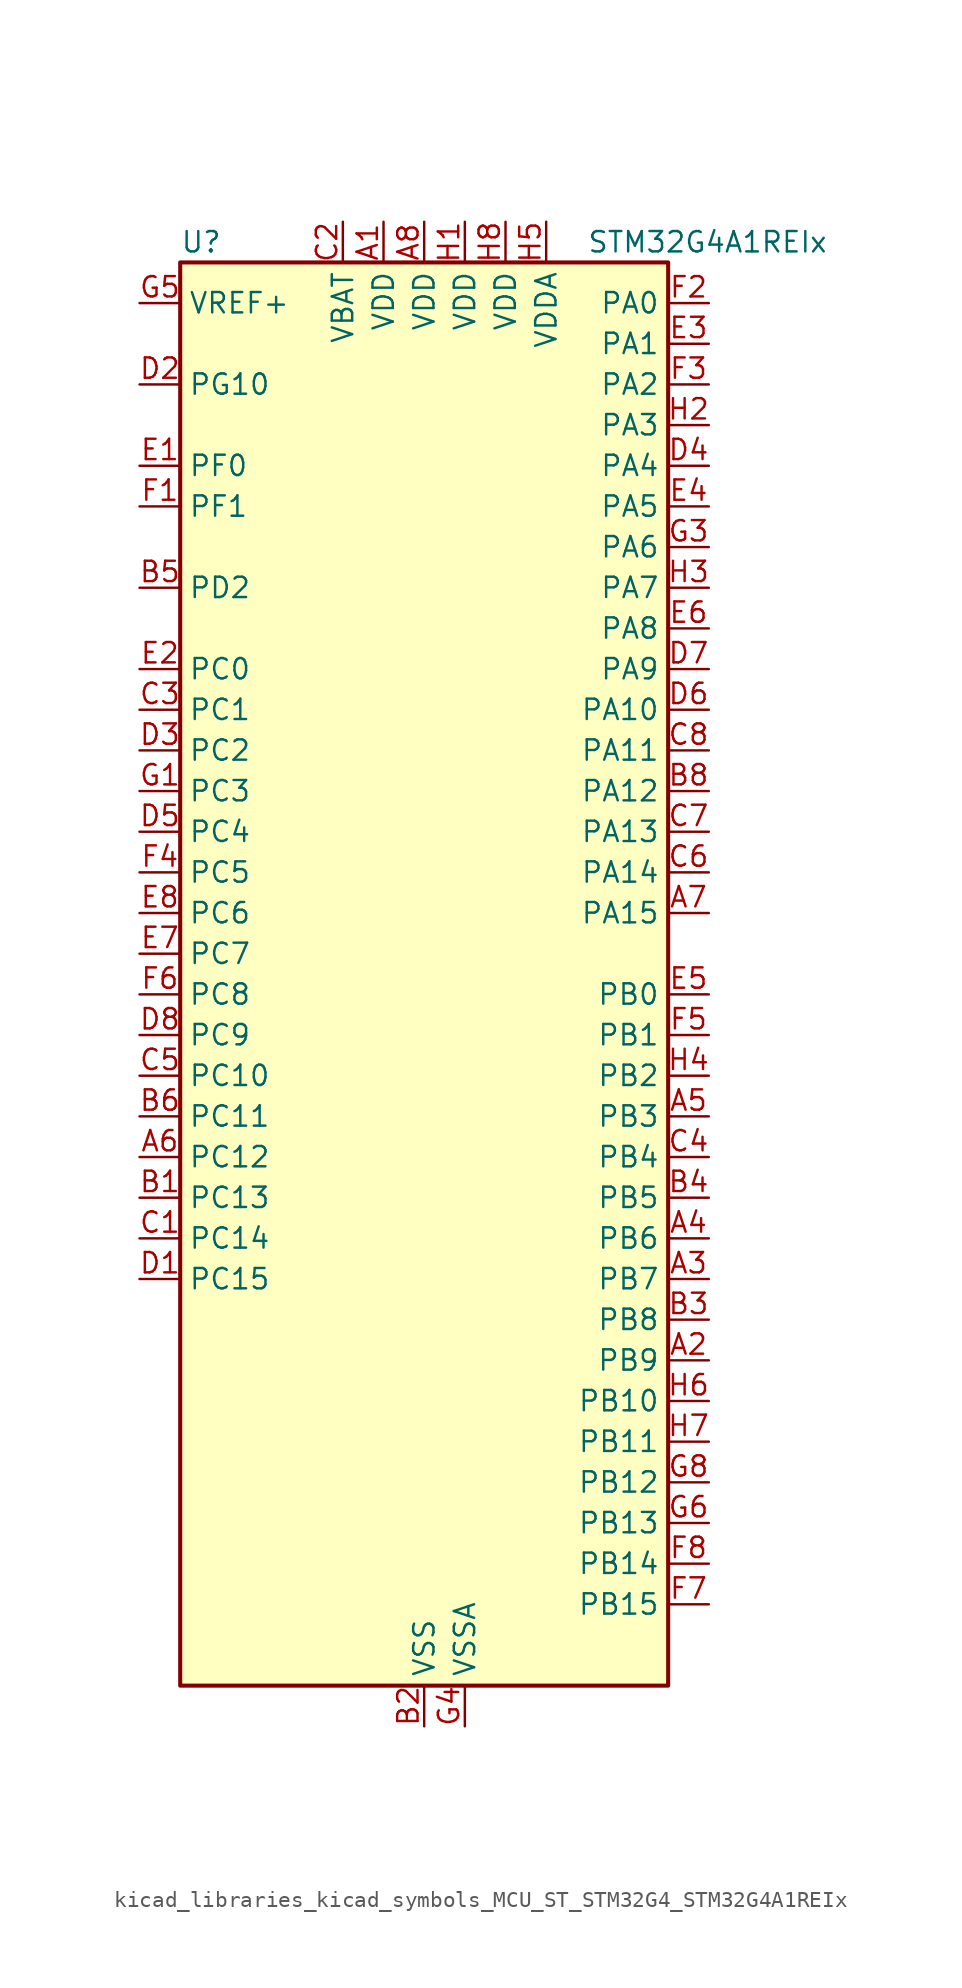
<source format=kicad_sym>
(kicad_symbol_lib
  (version 20220914)
  (generator kicad_symbol_editor)
  (symbol "kicad_libraries_kicad_symbols_MCU_ST_STM32G4_STM32G4A1REIx"
    (property "Reference" "U"
      (at -15.24 46.99 0)
      (effects (font (size 1.27 1.27)) (justify left)))
    (property "Value" "STM32G4A1REIx"
      (at 10.16 46.99 0)
      (effects (font (size 1.27 1.27)) (justify left)))
    (property "ki_locked" ""
      (at 0 0 0)
      (effects (font (size 1.27 1.27))))
    (symbol "kicad_libraries_kicad_symbols_MCU_ST_STM32G4_STM32G4A1REIx_0_1"
      (rectangle (start -15.24 -43.18) (end 15.24 45.72) (stroke (width 0.254) (type default)) (fill (type background))))
    (symbol "kicad_libraries_kicad_symbols_MCU_ST_STM32G4_STM32G4A1REIx_1_1"
      (pin power_in line (at -2.54 48.26 270) (length 2.54) (name "VDD" (effects (font (size 1.27 1.27)))) (number "A1" (effects (font (size 1.27 1.27)))))
      (pin bidirectional line (at 17.78 -22.86 180) (length 2.54) (name "PB9" (effects (font (size 1.27 1.27)))) (number "A2" (effects (font (size 1.27 1.27)))) (alternate "COMP2_OUT" bidirectional line) (alternate "DAC1_EXTI9" bidirectional line) (alternate "DAC3_EXTI9" bidirectional line) (alternate "FDCAN1_TX" bidirectional line) (alternate "I2C1_SDA" bidirectional line) (alternate "IR_OUT" bidirectional line) (alternate "SAI1_D2" bidirectional line) (alternate "SAI1_FS_A" bidirectional line) (alternate "TIM17_CH1" bidirectional line) (alternate "TIM1_CH3N" bidirectional line) (alternate "TIM4_CH4" bidirectional line) (alternate "TIM8_CH3" bidirectional line) (alternate "USART3_TX" bidirectional line))
      (pin bidirectional line (at 17.78 -17.78 180) (length 2.54) (name "PB7" (effects (font (size 1.27 1.27)))) (number "A3" (effects (font (size 1.27 1.27)))) (alternate "COMP3_OUT" bidirectional line) (alternate "I2C1_SDA" bidirectional line) (alternate "LPTIM1_IN2" bidirectional line) (alternate "SYS_PVD_IN" bidirectional line) (alternate "TIM17_CH1N" bidirectional line) (alternate "TIM3_CH4" bidirectional line) (alternate "TIM4_CH2" bidirectional line) (alternate "TIM8_BKIN" bidirectional line) (alternate "UART4_CTS" bidirectional line) (alternate "USART1_RX" bidirectional line))
      (pin bidirectional line (at 17.78 -15.24 180) (length 2.54) (name "PB6" (effects (font (size 1.27 1.27)))) (number "A4" (effects (font (size 1.27 1.27)))) (alternate "COMP4_OUT" bidirectional line) (alternate "FDCAN2_TX" bidirectional line) (alternate "LPTIM1_ETR" bidirectional line) (alternate "SAI1_FS_B" bidirectional line) (alternate "TIM16_CH1N" bidirectional line) (alternate "TIM4_CH1" bidirectional line) (alternate "TIM8_BKIN2" bidirectional line) (alternate "TIM8_CH1" bidirectional line) (alternate "TIM8_ETR" bidirectional line) (alternate "UCPD1_CC1" bidirectional line) (alternate "USART1_TX" bidirectional line))
      (pin bidirectional line (at 17.78 -7.62 180) (length 2.54) (name "PB3" (effects (font (size 1.27 1.27)))) (number "A5" (effects (font (size 1.27 1.27)))) (alternate "ADC3_EXTI3" bidirectional line) (alternate "CRS_SYNC" bidirectional line) (alternate "I2S3_CK" bidirectional line) (alternate "SAI1_SCK_B" bidirectional line) (alternate "SPI1_SCK" bidirectional line) (alternate "SPI3_SCK" bidirectional line) (alternate "SYS_JTDO-SWO" bidirectional line) (alternate "TIM2_CH2" bidirectional line) (alternate "TIM3_ETR" bidirectional line) (alternate "TIM4_ETR" bidirectional line) (alternate "TIM8_CH1N" bidirectional line) (alternate "USART2_TX" bidirectional line))
      (pin bidirectional line (at -17.78 -10.16 0) (length 2.54) (name "PC12" (effects (font (size 1.27 1.27)))) (number "A6" (effects (font (size 1.27 1.27)))) (alternate "I2S3_SD" bidirectional line) (alternate "SPI3_MOSI" bidirectional line) (alternate "TIM8_CH3N" bidirectional line) (alternate "UART5_TX" bidirectional line) (alternate "UCPD1_FRSTX1" bidirectional line) (alternate "UCPD1_FRSTX2" bidirectional line) (alternate "USART3_CK" bidirectional line))
      (pin bidirectional line (at 17.78 5.08 180) (length 2.54) (name "PA15" (effects (font (size 1.27 1.27)))) (number "A7" (effects (font (size 1.27 1.27)))) (alternate "ADC1_EXTI15" bidirectional line) (alternate "ADC2_EXTI15" bidirectional line) (alternate "I2C1_SCL" bidirectional line) (alternate "I2S3_WS" bidirectional line) (alternate "SPI1_NSS" bidirectional line) (alternate "SPI3_NSS" bidirectional line) (alternate "SYS_JTDI" bidirectional line) (alternate "TIM1_BKIN" bidirectional line) (alternate "TIM20_ETR" bidirectional line) (alternate "TIM2_CH1" bidirectional line) (alternate "TIM2_ETR" bidirectional line) (alternate "TIM8_CH1" bidirectional line) (alternate "UART4_DE" bidirectional line) (alternate "UART4_RTS" bidirectional line) (alternate "USART2_RX" bidirectional line))
      (pin power_in line (at 0 48.26 270) (length 2.54) (name "VDD" (effects (font (size 1.27 1.27)))) (number "A8" (effects (font (size 1.27 1.27)))))
      (pin bidirectional line (at -17.78 -12.7 0) (length 2.54) (name "PC13" (effects (font (size 1.27 1.27)))) (number "B1" (effects (font (size 1.27 1.27)))) (alternate "RTC_OUT1" bidirectional line) (alternate "RTC_TAMP1" bidirectional line) (alternate "RTC_TS" bidirectional line) (alternate "SYS_WKUP2" bidirectional line) (alternate "TIM1_BKIN" bidirectional line) (alternate "TIM1_CH1N" bidirectional line) (alternate "TIM8_CH4N" bidirectional line))
      (pin power_in line (at 0 -45.72 90) (length 2.54) (name "VSS" (effects (font (size 1.27 1.27)))) (number "B2" (effects (font (size 1.27 1.27)))))
      (pin bidirectional line (at 17.78 -20.32 180) (length 2.54) (name "PB8" (effects (font (size 1.27 1.27)))) (number "B3" (effects (font (size 1.27 1.27)))) (alternate "COMP1_OUT" bidirectional line) (alternate "FDCAN1_RX" bidirectional line) (alternate "I2C1_SCL" bidirectional line) (alternate "SAI1_CK1" bidirectional line) (alternate "SAI1_MCLK_A" bidirectional line) (alternate "TIM16_CH1" bidirectional line) (alternate "TIM1_BKIN" bidirectional line) (alternate "TIM4_CH3" bidirectional line) (alternate "TIM8_CH2" bidirectional line) (alternate "USART3_RX" bidirectional line))
      (pin bidirectional line (at 17.78 -12.7 180) (length 2.54) (name "PB5" (effects (font (size 1.27 1.27)))) (number "B4" (effects (font (size 1.27 1.27)))) (alternate "FDCAN2_RX" bidirectional line) (alternate "I2C1_SMBA" bidirectional line) (alternate "I2C3_SDA" bidirectional line) (alternate "I2S3_SD" bidirectional line) (alternate "LPTIM1_IN1" bidirectional line) (alternate "SAI1_SD_B" bidirectional line) (alternate "SPI1_MOSI" bidirectional line) (alternate "SPI3_MOSI" bidirectional line) (alternate "TIM16_BKIN" bidirectional line) (alternate "TIM17_CH1" bidirectional line) (alternate "TIM3_CH2" bidirectional line) (alternate "TIM8_CH3N" bidirectional line) (alternate "UART5_CTS" bidirectional line) (alternate "USART2_CK" bidirectional line))
      (pin bidirectional line (at -17.78 25.4 0) (length 2.54) (name "PD2" (effects (font (size 1.27 1.27)))) (number "B5" (effects (font (size 1.27 1.27)))) (alternate "ADC3_EXTI2" bidirectional line) (alternate "TIM3_ETR" bidirectional line) (alternate "TIM8_BKIN" bidirectional line) (alternate "UART5_RX" bidirectional line))
      (pin bidirectional line (at -17.78 -7.62 0) (length 2.54) (name "PC11" (effects (font (size 1.27 1.27)))) (number "B6" (effects (font (size 1.27 1.27)))) (alternate "ADC1_EXTI11" bidirectional line) (alternate "ADC2_EXTI11" bidirectional line) (alternate "I2C3_SDA" bidirectional line) (alternate "SPI3_MISO" bidirectional line) (alternate "TIM8_CH2N" bidirectional line) (alternate "UART4_RX" bidirectional line) (alternate "USART3_RX" bidirectional line))
      (pin passive line (at 0 -45.72 90) (length 2.54) hide (name "VSS" (effects (font (size 1.27 1.27)))) (number "B7" (effects (font (size 1.27 1.27)))))
      (pin bidirectional line (at 17.78 12.7 180) (length 2.54) (name "PA12" (effects (font (size 1.27 1.27)))) (number "B8" (effects (font (size 1.27 1.27)))) (alternate "COMP2_OUT" bidirectional line) (alternate "FDCAN1_TX" bidirectional line) (alternate "I2S_CKIN" bidirectional line) (alternate "TIM16_CH1" bidirectional line) (alternate "TIM1_CH2N" bidirectional line) (alternate "TIM1_ETR" bidirectional line) (alternate "TIM4_CH2" bidirectional line) (alternate "USART1_DE" bidirectional line) (alternate "USART1_RTS" bidirectional line) (alternate "USB_DP" bidirectional line))
      (pin bidirectional line (at -17.78 -15.24 0) (length 2.54) (name "PC14" (effects (font (size 1.27 1.27)))) (number "C1" (effects (font (size 1.27 1.27)))) (alternate "RCC_OSC32_IN" bidirectional line))
      (pin power_in line (at -5.08 48.26 270) (length 2.54) (name "VBAT" (effects (font (size 1.27 1.27)))) (number "C2" (effects (font (size 1.27 1.27)))))
      (pin bidirectional line (at -17.78 17.78 0) (length 2.54) (name "PC1" (effects (font (size 1.27 1.27)))) (number "C3" (effects (font (size 1.27 1.27)))) (alternate "ADC1_IN7" bidirectional line) (alternate "ADC2_IN7" bidirectional line) (alternate "COMP3_INP" bidirectional line) (alternate "LPTIM1_OUT" bidirectional line) (alternate "LPUART1_TX" bidirectional line) (alternate "QUADSPI1_BK2_IO0" bidirectional line) (alternate "SAI1_SD_A" bidirectional line) (alternate "TIM1_CH2" bidirectional line))
      (pin bidirectional line (at 17.78 -10.16 180) (length 2.54) (name "PB4" (effects (font (size 1.27 1.27)))) (number "C4" (effects (font (size 1.27 1.27)))) (alternate "SAI1_MCLK_B" bidirectional line) (alternate "SPI1_MISO" bidirectional line) (alternate "SPI3_MISO" bidirectional line) (alternate "SYS_JTRST" bidirectional line) (alternate "TIM16_CH1" bidirectional line) (alternate "TIM17_BKIN" bidirectional line) (alternate "TIM3_CH1" bidirectional line) (alternate "TIM8_CH2N" bidirectional line) (alternate "UART5_DE" bidirectional line) (alternate "UART5_RTS" bidirectional line) (alternate "UCPD1_CC2" bidirectional line) (alternate "USART2_RX" bidirectional line))
      (pin bidirectional line (at -17.78 -5.08 0) (length 2.54) (name "PC10" (effects (font (size 1.27 1.27)))) (number "C5" (effects (font (size 1.27 1.27)))) (alternate "DAC1_EXTI10" bidirectional line) (alternate "DAC3_EXTI10" bidirectional line) (alternate "I2S3_CK" bidirectional line) (alternate "SPI3_SCK" bidirectional line) (alternate "TIM8_CH1N" bidirectional line) (alternate "UART4_TX" bidirectional line) (alternate "USART3_TX" bidirectional line))
      (pin bidirectional line (at 17.78 7.62 180) (length 2.54) (name "PA14" (effects (font (size 1.27 1.27)))) (number "C6" (effects (font (size 1.27 1.27)))) (alternate "I2C1_SDA" bidirectional line) (alternate "LPTIM1_OUT" bidirectional line) (alternate "SAI1_FS_B" bidirectional line) (alternate "SYS_JTCK-SWCLK" bidirectional line) (alternate "TIM1_BKIN" bidirectional line) (alternate "TIM8_CH2" bidirectional line) (alternate "USART2_TX" bidirectional line))
      (pin bidirectional line (at 17.78 10.16 180) (length 2.54) (name "PA13" (effects (font (size 1.27 1.27)))) (number "C7" (effects (font (size 1.27 1.27)))) (alternate "I2C1_SCL" bidirectional line) (alternate "IR_OUT" bidirectional line) (alternate "SAI1_SD_B" bidirectional line) (alternate "SYS_JTMS-SWDIO" bidirectional line) (alternate "TIM16_CH1N" bidirectional line) (alternate "TIM4_CH3" bidirectional line) (alternate "USART3_CTS" bidirectional line) (alternate "USART3_NSS" bidirectional line))
      (pin bidirectional line (at 17.78 15.24 180) (length 2.54) (name "PA11" (effects (font (size 1.27 1.27)))) (number "C8" (effects (font (size 1.27 1.27)))) (alternate "ADC1_EXTI11" bidirectional line) (alternate "ADC2_EXTI11" bidirectional line) (alternate "COMP1_OUT" bidirectional line) (alternate "FDCAN1_RX" bidirectional line) (alternate "I2S2_SD" bidirectional line) (alternate "SPI2_MOSI" bidirectional line) (alternate "TIM1_BKIN2" bidirectional line) (alternate "TIM1_CH1N" bidirectional line) (alternate "TIM1_CH4" bidirectional line) (alternate "TIM4_CH1" bidirectional line) (alternate "USART1_CTS" bidirectional line) (alternate "USART1_NSS" bidirectional line) (alternate "USB_DM" bidirectional line))
      (pin bidirectional line (at -17.78 -17.78 0) (length 2.54) (name "PC15" (effects (font (size 1.27 1.27)))) (number "D1" (effects (font (size 1.27 1.27)))) (alternate "ADC1_EXTI15" bidirectional line) (alternate "ADC2_EXTI15" bidirectional line) (alternate "RCC_OSC32_OUT" bidirectional line))
      (pin bidirectional line (at -17.78 38.1 0) (length 2.54) (name "PG10" (effects (font (size 1.27 1.27)))) (number "D2" (effects (font (size 1.27 1.27)))) (alternate "DAC1_EXTI10" bidirectional line) (alternate "DAC3_EXTI10" bidirectional line) (alternate "RCC_MCO" bidirectional line))
      (pin bidirectional line (at -17.78 15.24 0) (length 2.54) (name "PC2" (effects (font (size 1.27 1.27)))) (number "D3" (effects (font (size 1.27 1.27)))) (alternate "ADC1_IN8" bidirectional line) (alternate "ADC2_IN8" bidirectional line) (alternate "ADC3_EXTI2" bidirectional line) (alternate "COMP3_OUT" bidirectional line) (alternate "LPTIM1_IN2" bidirectional line) (alternate "QUADSPI1_BK2_IO1" bidirectional line) (alternate "TIM1_CH3" bidirectional line) (alternate "TIM20_CH2" bidirectional line))
      (pin bidirectional line (at 17.78 33.02 180) (length 2.54) (name "PA4" (effects (font (size 1.27 1.27)))) (number "D4" (effects (font (size 1.27 1.27)))) (alternate "ADC2_IN17" bidirectional line) (alternate "COMP1_INM" bidirectional line) (alternate "DAC1_OUT1" bidirectional line) (alternate "I2S3_WS" bidirectional line) (alternate "SAI1_FS_B" bidirectional line) (alternate "SPI1_NSS" bidirectional line) (alternate "SPI3_NSS" bidirectional line) (alternate "TIM3_CH2" bidirectional line) (alternate "USART2_CK" bidirectional line))
      (pin bidirectional line (at -17.78 10.16 0) (length 2.54) (name "PC4" (effects (font (size 1.27 1.27)))) (number "D5" (effects (font (size 1.27 1.27)))) (alternate "ADC2_IN5" bidirectional line) (alternate "I2C2_SCL" bidirectional line) (alternate "QUADSPI1_BK2_IO3" bidirectional line) (alternate "TIM1_ETR" bidirectional line) (alternate "USART1_TX" bidirectional line))
      (pin bidirectional line (at 17.78 17.78 180) (length 2.54) (name "PA10" (effects (font (size 1.27 1.27)))) (number "D6" (effects (font (size 1.27 1.27)))) (alternate "CRS_SYNC" bidirectional line) (alternate "DAC1_EXTI10" bidirectional line) (alternate "DAC3_EXTI10" bidirectional line) (alternate "I2C2_SMBA" bidirectional line) (alternate "SAI1_D1" bidirectional line) (alternate "SAI1_SD_A" bidirectional line) (alternate "SPI2_MISO" bidirectional line) (alternate "TIM17_BKIN" bidirectional line) (alternate "TIM1_CH3" bidirectional line) (alternate "TIM2_CH4" bidirectional line) (alternate "TIM8_BKIN" bidirectional line) (alternate "UCPD1_DBCC2" bidirectional line) (alternate "USART1_RX" bidirectional line))
      (pin bidirectional line (at 17.78 20.32 180) (length 2.54) (name "PA9" (effects (font (size 1.27 1.27)))) (number "D7" (effects (font (size 1.27 1.27)))) (alternate "DAC1_EXTI9" bidirectional line) (alternate "DAC3_EXTI9" bidirectional line) (alternate "I2C2_SCL" bidirectional line) (alternate "I2C3_SMBA" bidirectional line) (alternate "I2S3_MCK" bidirectional line) (alternate "SAI1_FS_A" bidirectional line) (alternate "TIM15_BKIN" bidirectional line) (alternate "TIM1_CH2" bidirectional line) (alternate "TIM2_CH3" bidirectional line) (alternate "UCPD1_DBCC1" bidirectional line) (alternate "USART1_TX" bidirectional line))
      (pin bidirectional line (at -17.78 -2.54 0) (length 2.54) (name "PC9" (effects (font (size 1.27 1.27)))) (number "D8" (effects (font (size 1.27 1.27)))) (alternate "DAC1_EXTI9" bidirectional line) (alternate "DAC3_EXTI9" bidirectional line) (alternate "I2C3_SDA" bidirectional line) (alternate "I2S_CKIN" bidirectional line) (alternate "TIM3_CH4" bidirectional line) (alternate "TIM8_BKIN2" bidirectional line) (alternate "TIM8_CH4" bidirectional line))
      (pin bidirectional line (at -17.78 33.02 0) (length 2.54) (name "PF0" (effects (font (size 1.27 1.27)))) (number "E1" (effects (font (size 1.27 1.27)))) (alternate "ADC1_IN10" bidirectional line) (alternate "I2C2_SDA" bidirectional line) (alternate "I2S2_WS" bidirectional line) (alternate "RCC_OSC_IN" bidirectional line) (alternate "SPI2_NSS" bidirectional line) (alternate "TIM1_CH3N" bidirectional line))
      (pin bidirectional line (at -17.78 20.32 0) (length 2.54) (name "PC0" (effects (font (size 1.27 1.27)))) (number "E2" (effects (font (size 1.27 1.27)))) (alternate "ADC1_IN6" bidirectional line) (alternate "ADC2_IN6" bidirectional line) (alternate "COMP3_INM" bidirectional line) (alternate "LPTIM1_IN1" bidirectional line) (alternate "LPUART1_RX" bidirectional line) (alternate "TIM1_CH1" bidirectional line))
      (pin bidirectional line (at 17.78 40.64 180) (length 2.54) (name "PA1" (effects (font (size 1.27 1.27)))) (number "E3" (effects (font (size 1.27 1.27)))) (alternate "ADC1_IN2" bidirectional line) (alternate "ADC2_IN2" bidirectional line) (alternate "COMP1_INP" bidirectional line) (alternate "OPAMP1_VINP" bidirectional line) (alternate "OPAMP1_VINP_SEC" bidirectional line) (alternate "OPAMP3_VINP" bidirectional line) (alternate "OPAMP3_VINP_SEC" bidirectional line) (alternate "OPAMP6_VINM" bidirectional line) (alternate "OPAMP6_VINM0" bidirectional line) (alternate "OPAMP6_VINM_SEC" bidirectional line) (alternate "RTC_REFIN" bidirectional line) (alternate "TIM15_CH1N" bidirectional line) (alternate "TIM2_CH2" bidirectional line) (alternate "USART2_DE" bidirectional line) (alternate "USART2_RTS" bidirectional line))
      (pin bidirectional line (at 17.78 30.48 180) (length 2.54) (name "PA5" (effects (font (size 1.27 1.27)))) (number "E4" (effects (font (size 1.27 1.27)))) (alternate "ADC2_IN13" bidirectional line) (alternate "COMP2_INM" bidirectional line) (alternate "DAC1_OUT2" bidirectional line) (alternate "OPAMP2_VINM" bidirectional line) (alternate "OPAMP2_VINM0" bidirectional line) (alternate "OPAMP2_VINM_SEC" bidirectional line) (alternate "SPI1_SCK" bidirectional line) (alternate "TIM2_CH1" bidirectional line) (alternate "TIM2_ETR" bidirectional line) (alternate "UCPD1_FRSTX1" bidirectional line) (alternate "UCPD1_FRSTX2" bidirectional line))
      (pin bidirectional line (at 17.78 0 180) (length 2.54) (name "PB0" (effects (font (size 1.27 1.27)))) (number "E5" (effects (font (size 1.27 1.27)))) (alternate "ADC1_IN15" bidirectional line) (alternate "ADC3_IN12" bidirectional line) (alternate "COMP4_INP" bidirectional line) (alternate "OPAMP2_VINP" bidirectional line) (alternate "OPAMP2_VINP_SEC" bidirectional line) (alternate "OPAMP3_VINP" bidirectional line) (alternate "OPAMP3_VINP_SEC" bidirectional line) (alternate "QUADSPI1_BK1_IO1" bidirectional line) (alternate "TIM1_CH2N" bidirectional line) (alternate "TIM3_CH3" bidirectional line) (alternate "TIM8_CH2N" bidirectional line) (alternate "UCPD1_FRSTX1" bidirectional line) (alternate "UCPD1_FRSTX2" bidirectional line))
      (pin bidirectional line (at 17.78 22.86 180) (length 2.54) (name "PA8" (effects (font (size 1.27 1.27)))) (number "E6" (effects (font (size 1.27 1.27)))) (alternate "I2C2_SDA" bidirectional line) (alternate "I2C3_SCL" bidirectional line) (alternate "I2S2_MCK" bidirectional line) (alternate "RCC_MCO" bidirectional line) (alternate "SAI1_CK2" bidirectional line) (alternate "SAI1_SCK_A" bidirectional line) (alternate "TIM1_CH1" bidirectional line) (alternate "TIM4_ETR" bidirectional line) (alternate "USART1_CK" bidirectional line))
      (pin bidirectional line (at -17.78 2.54 0) (length 2.54) (name "PC7" (effects (font (size 1.27 1.27)))) (number "E7" (effects (font (size 1.27 1.27)))) (alternate "I2S3_MCK" bidirectional line) (alternate "TIM3_CH2" bidirectional line) (alternate "TIM8_CH2" bidirectional line))
      (pin bidirectional line (at -17.78 5.08 0) (length 2.54) (name "PC6" (effects (font (size 1.27 1.27)))) (number "E8" (effects (font (size 1.27 1.27)))) (alternate "I2S2_MCK" bidirectional line) (alternate "TIM3_CH1" bidirectional line) (alternate "TIM8_CH1" bidirectional line))
      (pin bidirectional line (at -17.78 30.48 0) (length 2.54) (name "PF1" (effects (font (size 1.27 1.27)))) (number "F1" (effects (font (size 1.27 1.27)))) (alternate "ADC2_IN10" bidirectional line) (alternate "COMP3_INM" bidirectional line) (alternate "I2S2_CK" bidirectional line) (alternate "RCC_OSC_OUT" bidirectional line) (alternate "SPI2_SCK" bidirectional line))
      (pin bidirectional line (at 17.78 43.18 180) (length 2.54) (name "PA0" (effects (font (size 1.27 1.27)))) (number "F2" (effects (font (size 1.27 1.27)))) (alternate "ADC1_IN1" bidirectional line) (alternate "ADC2_IN1" bidirectional line) (alternate "COMP1_INM" bidirectional line) (alternate "COMP1_OUT" bidirectional line) (alternate "COMP3_INP" bidirectional line) (alternate "RTC_TAMP2" bidirectional line) (alternate "SYS_WKUP1" bidirectional line) (alternate "TIM2_CH1" bidirectional line) (alternate "TIM2_ETR" bidirectional line) (alternate "TIM8_BKIN" bidirectional line) (alternate "TIM8_ETR" bidirectional line) (alternate "USART2_CTS" bidirectional line) (alternate "USART2_NSS" bidirectional line))
      (pin bidirectional line (at 17.78 38.1 180) (length 2.54) (name "PA2" (effects (font (size 1.27 1.27)))) (number "F3" (effects (font (size 1.27 1.27)))) (alternate "ADC1_IN3" bidirectional line) (alternate "ADC3_EXTI2" bidirectional line) (alternate "COMP2_INM" bidirectional line) (alternate "COMP2_OUT" bidirectional line) (alternate "LPUART1_TX" bidirectional line) (alternate "OPAMP1_VOUT" bidirectional line) (alternate "QUADSPI1_BK1_NCS" bidirectional line) (alternate "RCC_LSCO" bidirectional line) (alternate "SYS_WKUP4" bidirectional line) (alternate "TIM15_CH1" bidirectional line) (alternate "TIM2_CH3" bidirectional line) (alternate "UCPD1_FRSTX1" bidirectional line) (alternate "UCPD1_FRSTX2" bidirectional line) (alternate "USART2_TX" bidirectional line))
      (pin bidirectional line (at -17.78 7.62 0) (length 2.54) (name "PC5" (effects (font (size 1.27 1.27)))) (number "F4" (effects (font (size 1.27 1.27)))) (alternate "ADC2_IN11" bidirectional line) (alternate "OPAMP1_VINM" bidirectional line) (alternate "OPAMP1_VINM1" bidirectional line) (alternate "OPAMP1_VINM_SEC" bidirectional line) (alternate "OPAMP2_VINM" bidirectional line) (alternate "OPAMP2_VINM1" bidirectional line) (alternate "OPAMP2_VINM_SEC" bidirectional line) (alternate "SAI1_D3" bidirectional line) (alternate "SYS_WKUP5" bidirectional line) (alternate "TIM15_BKIN" bidirectional line) (alternate "TIM1_CH4N" bidirectional line) (alternate "USART1_RX" bidirectional line))
      (pin bidirectional line (at 17.78 -2.54 180) (length 2.54) (name "PB1" (effects (font (size 1.27 1.27)))) (number "F5" (effects (font (size 1.27 1.27)))) (alternate "ADC1_IN12" bidirectional line) (alternate "ADC3_IN1" bidirectional line) (alternate "COMP1_INP" bidirectional line) (alternate "COMP4_OUT" bidirectional line) (alternate "LPUART1_DE" bidirectional line) (alternate "LPUART1_RTS" bidirectional line) (alternate "OPAMP3_VOUT" bidirectional line) (alternate "OPAMP6_VINM" bidirectional line) (alternate "OPAMP6_VINM1" bidirectional line) (alternate "OPAMP6_VINM_SEC" bidirectional line) (alternate "QUADSPI1_BK1_IO0" bidirectional line) (alternate "TIM1_CH3N" bidirectional line) (alternate "TIM3_CH4" bidirectional line) (alternate "TIM8_CH3N" bidirectional line))
      (pin bidirectional line (at -17.78 0 0) (length 2.54) (name "PC8" (effects (font (size 1.27 1.27)))) (number "F6" (effects (font (size 1.27 1.27)))) (alternate "I2C3_SCL" bidirectional line) (alternate "TIM20_CH3" bidirectional line) (alternate "TIM3_CH3" bidirectional line) (alternate "TIM8_CH3" bidirectional line))
      (pin bidirectional line (at 17.78 -38.1 180) (length 2.54) (name "PB15" (effects (font (size 1.27 1.27)))) (number "F7" (effects (font (size 1.27 1.27)))) (alternate "ADC1_EXTI15" bidirectional line) (alternate "ADC2_EXTI15" bidirectional line) (alternate "ADC2_IN15" bidirectional line) (alternate "COMP3_OUT" bidirectional line) (alternate "I2S2_SD" bidirectional line) (alternate "RTC_REFIN" bidirectional line) (alternate "SPI2_MOSI" bidirectional line) (alternate "TIM15_CH1N" bidirectional line) (alternate "TIM15_CH2" bidirectional line) (alternate "TIM1_CH3N" bidirectional line))
      (pin bidirectional line (at 17.78 -35.56 180) (length 2.54) (name "PB14" (effects (font (size 1.27 1.27)))) (number "F8" (effects (font (size 1.27 1.27)))) (alternate "ADC1_IN5" bidirectional line) (alternate "COMP4_OUT" bidirectional line) (alternate "OPAMP2_VINP" bidirectional line) (alternate "OPAMP2_VINP_SEC" bidirectional line) (alternate "SPI2_MISO" bidirectional line) (alternate "TIM15_CH1" bidirectional line) (alternate "TIM1_CH2N" bidirectional line) (alternate "USART3_DE" bidirectional line) (alternate "USART3_RTS" bidirectional line))
      (pin bidirectional line (at -17.78 12.7 0) (length 2.54) (name "PC3" (effects (font (size 1.27 1.27)))) (number "G1" (effects (font (size 1.27 1.27)))) (alternate "ADC1_IN9" bidirectional line) (alternate "ADC2_IN9" bidirectional line) (alternate "ADC3_EXTI3" bidirectional line) (alternate "LPTIM1_ETR" bidirectional line) (alternate "QUADSPI1_BK2_IO2" bidirectional line) (alternate "SAI1_D1" bidirectional line) (alternate "SAI1_SD_A" bidirectional line) (alternate "TIM1_BKIN2" bidirectional line) (alternate "TIM1_CH4" bidirectional line))
      (pin passive line (at 0 -45.72 90) (length 2.54) hide (name "VSS" (effects (font (size 1.27 1.27)))) (number "G2" (effects (font (size 1.27 1.27)))))
      (pin bidirectional line (at 17.78 27.94 180) (length 2.54) (name "PA6" (effects (font (size 1.27 1.27)))) (number "G3" (effects (font (size 1.27 1.27)))) (alternate "ADC2_IN3" bidirectional line) (alternate "COMP1_OUT" bidirectional line) (alternate "LPUART1_CTS" bidirectional line) (alternate "OPAMP2_VOUT" bidirectional line) (alternate "QUADSPI1_BK1_IO3" bidirectional line) (alternate "SPI1_MISO" bidirectional line) (alternate "TIM16_CH1" bidirectional line) (alternate "TIM1_BKIN" bidirectional line) (alternate "TIM3_CH1" bidirectional line) (alternate "TIM8_BKIN" bidirectional line))
      (pin power_in line (at 2.54 -45.72 90) (length 2.54) (name "VSSA" (effects (font (size 1.27 1.27)))) (number "G4" (effects (font (size 1.27 1.27)))))
      (pin input line (at -17.78 43.18 0) (length 2.54) (name "VREF+" (effects (font (size 1.27 1.27)))) (number "G5" (effects (font (size 1.27 1.27)))) (alternate "VREFBUF_OUT" bidirectional line))
      (pin bidirectional line (at 17.78 -33.02 180) (length 2.54) (name "PB13" (effects (font (size 1.27 1.27)))) (number "G6" (effects (font (size 1.27 1.27)))) (alternate "ADC3_IN5" bidirectional line) (alternate "FDCAN2_TX" bidirectional line) (alternate "I2S2_CK" bidirectional line) (alternate "LPUART1_CTS" bidirectional line) (alternate "OPAMP3_VINP" bidirectional line) (alternate "OPAMP3_VINP_SEC" bidirectional line) (alternate "OPAMP6_VINP" bidirectional line) (alternate "OPAMP6_VINP_SEC" bidirectional line) (alternate "SPI2_SCK" bidirectional line) (alternate "TIM1_CH1N" bidirectional line) (alternate "USART3_CTS" bidirectional line) (alternate "USART3_NSS" bidirectional line))
      (pin passive line (at 0 -45.72 90) (length 2.54) hide (name "VSS" (effects (font (size 1.27 1.27)))) (number "G7" (effects (font (size 1.27 1.27)))))
      (pin bidirectional line (at 17.78 -30.48 180) (length 2.54) (name "PB12" (effects (font (size 1.27 1.27)))) (number "G8" (effects (font (size 1.27 1.27)))) (alternate "ADC1_IN11" bidirectional line) (alternate "FDCAN2_RX" bidirectional line) (alternate "I2C2_SMBA" bidirectional line) (alternate "I2S2_WS" bidirectional line) (alternate "LPUART1_DE" bidirectional line) (alternate "LPUART1_RTS" bidirectional line) (alternate "OPAMP6_VINP" bidirectional line) (alternate "OPAMP6_VINP_SEC" bidirectional line) (alternate "SPI2_NSS" bidirectional line) (alternate "TIM1_BKIN" bidirectional line) (alternate "USART3_CK" bidirectional line))
      (pin power_in line (at 2.54 48.26 270) (length 2.54) (name "VDD" (effects (font (size 1.27 1.27)))) (number "H1" (effects (font (size 1.27 1.27)))))
      (pin bidirectional line (at 17.78 35.56 180) (length 2.54) (name "PA3" (effects (font (size 1.27 1.27)))) (number "H2" (effects (font (size 1.27 1.27)))) (alternate "ADC1_IN4" bidirectional line) (alternate "ADC3_EXTI3" bidirectional line) (alternate "COMP2_INP" bidirectional line) (alternate "LPUART1_RX" bidirectional line) (alternate "OPAMP1_VINM" bidirectional line) (alternate "OPAMP1_VINM0" bidirectional line) (alternate "OPAMP1_VINM_SEC" bidirectional line) (alternate "OPAMP1_VINP" bidirectional line) (alternate "OPAMP1_VINP_SEC" bidirectional line) (alternate "QUADSPI1_CLK" bidirectional line) (alternate "SAI1_CK1" bidirectional line) (alternate "SAI1_MCLK_A" bidirectional line) (alternate "TIM15_CH2" bidirectional line) (alternate "TIM2_CH4" bidirectional line) (alternate "USART2_RX" bidirectional line))
      (pin bidirectional line (at 17.78 25.4 180) (length 2.54) (name "PA7" (effects (font (size 1.27 1.27)))) (number "H3" (effects (font (size 1.27 1.27)))) (alternate "ADC2_IN4" bidirectional line) (alternate "COMP2_INP" bidirectional line) (alternate "COMP2_OUT" bidirectional line) (alternate "OPAMP1_VINP" bidirectional line) (alternate "OPAMP1_VINP_SEC" bidirectional line) (alternate "OPAMP2_VINP" bidirectional line) (alternate "OPAMP2_VINP_SEC" bidirectional line) (alternate "QUADSPI1_BK1_IO2" bidirectional line) (alternate "SPI1_MOSI" bidirectional line) (alternate "TIM17_CH1" bidirectional line) (alternate "TIM1_CH1N" bidirectional line) (alternate "TIM3_CH2" bidirectional line) (alternate "TIM8_CH1N" bidirectional line) (alternate "UCPD1_FRSTX1" bidirectional line) (alternate "UCPD1_FRSTX2" bidirectional line))
      (pin bidirectional line (at 17.78 -5.08 180) (length 2.54) (name "PB2" (effects (font (size 1.27 1.27)))) (number "H4" (effects (font (size 1.27 1.27)))) (alternate "ADC2_IN12" bidirectional line) (alternate "ADC3_EXTI2" bidirectional line) (alternate "COMP4_INM" bidirectional line) (alternate "I2C3_SMBA" bidirectional line) (alternate "LPTIM1_OUT" bidirectional line) (alternate "OPAMP3_VINM" bidirectional line) (alternate "OPAMP3_VINM0" bidirectional line) (alternate "OPAMP3_VINM_SEC" bidirectional line) (alternate "QUADSPI1_BK2_IO1" bidirectional line) (alternate "RTC_OUT2" bidirectional line) (alternate "TIM20_CH1" bidirectional line))
      (pin power_in line (at 7.62 48.26 270) (length 2.54) (name "VDDA" (effects (font (size 1.27 1.27)))) (number "H5" (effects (font (size 1.27 1.27)))))
      (pin bidirectional line (at 17.78 -25.4 180) (length 2.54) (name "PB10" (effects (font (size 1.27 1.27)))) (number "H6" (effects (font (size 1.27 1.27)))) (alternate "DAC1_EXTI10" bidirectional line) (alternate "DAC3_EXTI10" bidirectional line) (alternate "LPUART1_RX" bidirectional line) (alternate "OPAMP3_VINM" bidirectional line) (alternate "OPAMP3_VINM1" bidirectional line) (alternate "OPAMP3_VINM_SEC" bidirectional line) (alternate "QUADSPI1_CLK" bidirectional line) (alternate "SAI1_SCK_A" bidirectional line) (alternate "TIM1_BKIN" bidirectional line) (alternate "TIM2_CH3" bidirectional line) (alternate "USART3_TX" bidirectional line))
      (pin bidirectional line (at 17.78 -27.94 180) (length 2.54) (name "PB11" (effects (font (size 1.27 1.27)))) (number "H7" (effects (font (size 1.27 1.27)))) (alternate "ADC1_EXTI11" bidirectional line) (alternate "ADC1_IN14" bidirectional line) (alternate "ADC2_EXTI11" bidirectional line) (alternate "ADC2_IN14" bidirectional line) (alternate "LPUART1_TX" bidirectional line) (alternate "OPAMP6_VOUT" bidirectional line) (alternate "QUADSPI1_BK1_NCS" bidirectional line) (alternate "TIM2_CH4" bidirectional line) (alternate "USART3_RX" bidirectional line))
      (pin power_in line (at 5.08 48.26 270) (length 2.54) (name "VDD" (effects (font (size 1.27 1.27)))) (number "H8" (effects (font (size 1.27 1.27))))))))
</source>
